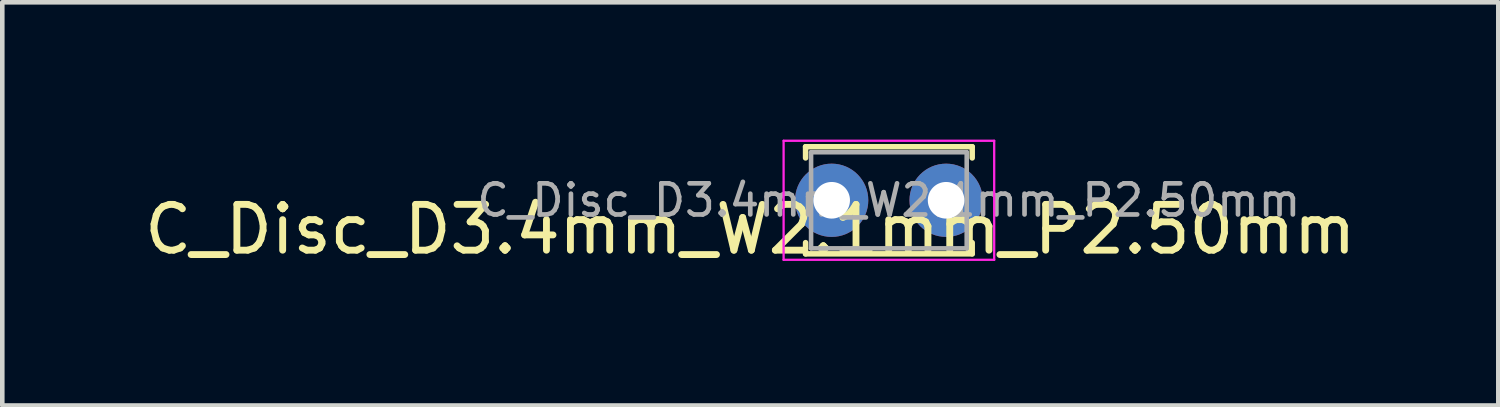
<source format=kicad_pcb>
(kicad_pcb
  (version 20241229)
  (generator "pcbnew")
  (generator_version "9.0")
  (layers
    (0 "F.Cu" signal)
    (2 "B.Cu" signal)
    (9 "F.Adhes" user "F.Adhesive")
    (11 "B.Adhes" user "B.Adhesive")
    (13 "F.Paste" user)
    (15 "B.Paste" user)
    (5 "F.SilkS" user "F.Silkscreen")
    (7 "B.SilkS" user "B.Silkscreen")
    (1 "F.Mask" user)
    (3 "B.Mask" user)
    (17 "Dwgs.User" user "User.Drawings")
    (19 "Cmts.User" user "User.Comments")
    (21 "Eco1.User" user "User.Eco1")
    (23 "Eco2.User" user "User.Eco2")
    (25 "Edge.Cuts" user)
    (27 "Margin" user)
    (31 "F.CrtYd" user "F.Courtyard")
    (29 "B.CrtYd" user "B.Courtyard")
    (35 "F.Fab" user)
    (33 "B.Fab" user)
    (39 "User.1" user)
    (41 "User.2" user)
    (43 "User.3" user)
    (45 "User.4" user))
  (footprint "C_Disc_D3.4mm_W2.1mm_P2.50mm"
    (layer "F.Cu")
    (at 15.117 1.325)
    (property "Reference" "C_Disc_D3.4mm_W2.1mm_P2.50mm" (at -1.778 0.635 180) (layer "F.SilkS") (effects (font (size 1 1) (thickness 0.15))))
    (attr through_hole)
    (fp_line (start -0.57 -1.17) (end -0.57 -0.925) (stroke (width 0.12) (type solid)) (layer "F.SilkS"))
    (fp_line (start -0.57 -1.17) (end 3.07 -1.17) (stroke (width 0.12) (type solid)) (layer "F.SilkS"))
    (fp_line (start -0.57 0.925) (end -0.57 1.17) (stroke (width 0.12) (type solid)) (layer "F.SilkS"))
    (fp_line (start -0.57 1.17) (end 3.07 1.17) (stroke (width 0.12) (type solid)) (layer "F.SilkS"))
    (fp_line (start 3.07 -1.17) (end 3.07 -0.925) (stroke (width 0.12) (type solid)) (layer "F.SilkS"))
    (fp_line (start 3.07 0.925) (end 3.07 1.17) (stroke (width 0.12) (type solid)) (layer "F.SilkS"))
    (fp_line (start -1.05 -1.3) (end -1.05 1.3) (stroke (width 0.05) (type solid)) (layer "F.CrtYd"))
    (fp_line (start -1.05 1.3) (end 3.55 1.3) (stroke (width 0.05) (type solid)) (layer "F.CrtYd"))
    (fp_line (start 3.55 -1.3) (end -1.05 -1.3) (stroke (width 0.05) (type solid)) (layer "F.CrtYd"))
    (fp_line (start 3.55 1.3) (end 3.55 -1.3) (stroke (width 0.05) (type solid)) (layer "F.CrtYd"))
    (fp_line (start -0.45 -1.05) (end -0.45 1.05) (stroke (width 0.1) (type solid)) (layer "F.Fab"))
    (fp_line (start -0.45 1.05) (end 2.95 1.05) (stroke (width 0.1) (type solid)) (layer "F.Fab"))
    (fp_line (start 2.95 -1.05) (end -0.45 -1.05) (stroke (width 0.1) (type solid)) (layer "F.Fab"))
    (fp_line (start 2.95 1.05) (end 2.95 -1.05) (stroke (width 0.1) (type solid)) (layer "F.Fab"))
    (fp_text user "${REFERENCE}" (at 1.25 0 180) (layer "F.Fab") (effects (font (size 0.68 0.68) (thickness 0.102))))
    (pad "1" thru_hole circle (at 0 0) (size 1.6 1.6) (drill 0.8) (layers "*.Cu" "*.Mask"))
    (pad "2" thru_hole circle (at 2.5 0) (size 1.6 1.6) (drill 0.8) (layers "*.Cu" "*.Mask")))
  (gr_rect
    (start -3 -3)
    (end 29.679 5.808)
    (stroke (width 0.1) (type default))
    (fill no)
    (layer "Edge.Cuts")))
</source>
